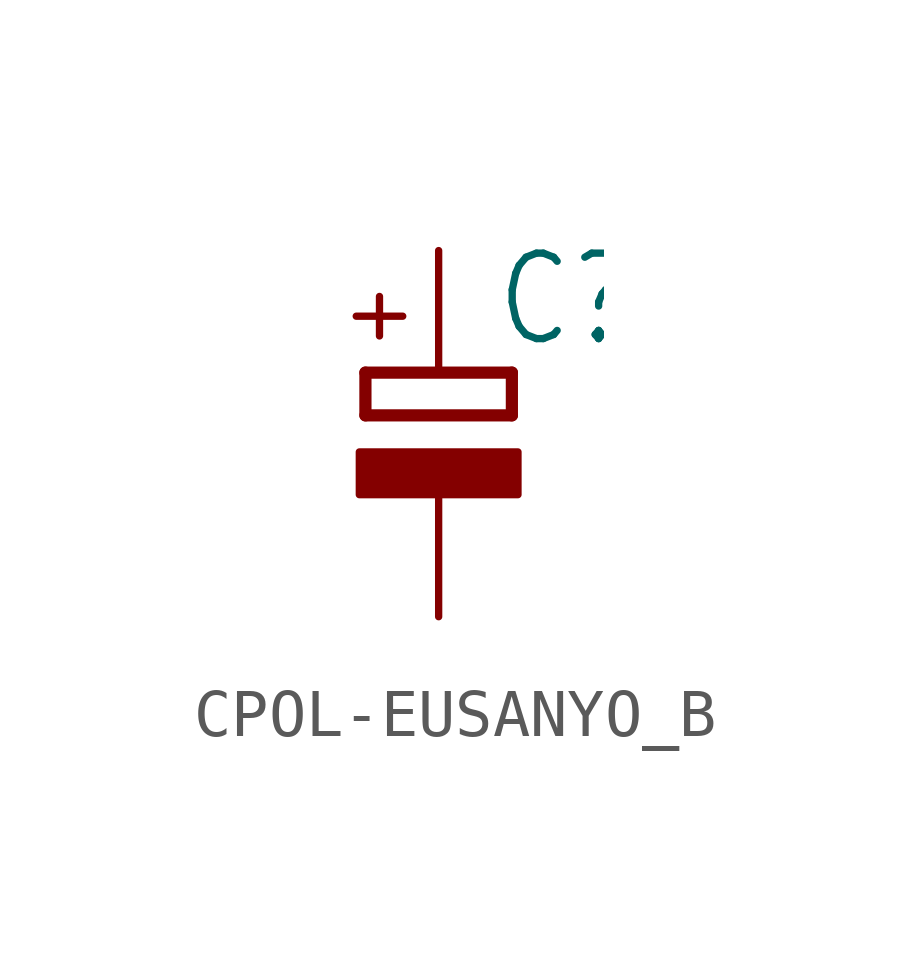
<source format=kicad_sym>
(kicad_symbol_lib
  (version 20241209)
  (generator "kicad_symbol_editor")
  (generator_version "9.0")
  (symbol "CPOL-EUSANYO_B"
    (property "Reference" "C"
      (at 1.143 0.483 0)
      (effects (font (size 1.778 1.511)) (justify left bottom)))
    (property "Value" ""
      (at 1.143 -4.597 0)
      (effects (font (size 1.778 1.511)) (justify left bottom)))
    (property "ki_locked" ""
      (at 0 0 0)
      (effects (font (size 1.27 1.27))))
    (symbol "CPOL-EUSANYO_B_1_0"
      (rectangle (start -1.651 -2.54) (end 1.651 -1.651) (stroke (width 0) (type default)) (fill (type outline)))
      (polyline (pts (xy -1.524 0) (xy -1.524 -0.889)) (stroke (width 0.254) (type solid)) (fill (type none)))
      (polyline (pts (xy -1.524 0) (xy 1.524 0)) (stroke (width 0.254) (type solid)) (fill (type none)))
      (polyline (pts (xy -1.524 -0.889) (xy 1.524 -0.889)) (stroke (width 0.254) (type solid)) (fill (type none)))
      (polyline (pts (xy 1.524 -0.889) (xy 1.524 0)) (stroke (width 0.254) (type solid)) (fill (type none)))
      (text "+" (at -0.584 0.406 900) (effects (font (size 1.27 1.079)) (justify left bottom)))
      (pin passive line (at 0 2.54 270) (length 2.54) (name "+" (effects (font (size 0 0)))) (number "+" (effects (font (size 0 0)))))
      (pin passive line (at 0 -5.08 90) (length 2.54) (name "-" (effects (font (size 0 0)))) (number "-" (effects (font (size 0 0))))))))
</source>
